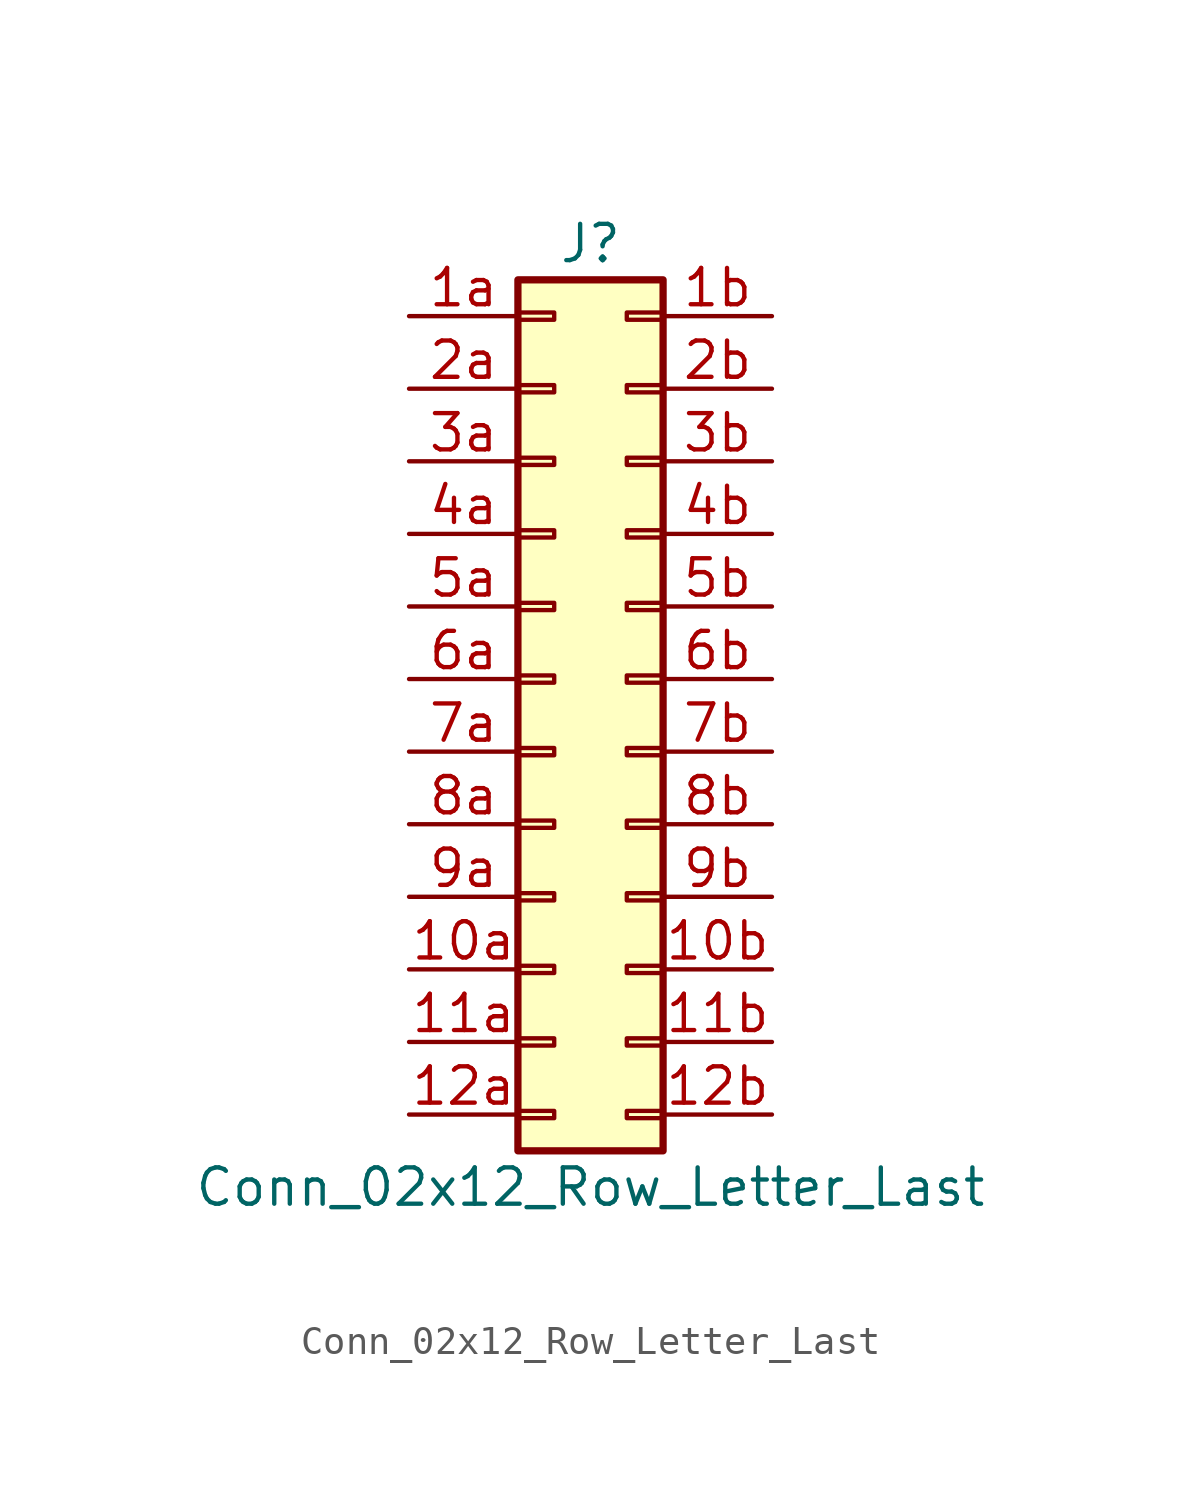
<source format=kicad_sym>
(kicad_symbol_lib
  (version 20220914)
  (generator kicad_symbol_editor)
  (symbol "Conn_02x12_Row_Letter_Last"
    (pin_names
      (offset 1.016) hide)
    (property "Reference" "J"
      (at 1.27 15.24 0)
      (effects (font (size 1.27 1.27))))
    (property "Value" "Conn_02x12_Row_Letter_Last"
      (at 1.27 -17.78 0)
      (effects (font (size 1.27 1.27))))
    (symbol "Conn_02x12_Row_Letter_Last_1_1"
      (rectangle (start -1.27 -15.113) (end 0 -15.367) (stroke (width 0.152) (type default)) (fill (type none)))
      (rectangle (start -1.27 -12.573) (end 0 -12.827) (stroke (width 0.152) (type default)) (fill (type none)))
      (rectangle (start -1.27 -10.033) (end 0 -10.287) (stroke (width 0.152) (type default)) (fill (type none)))
      (rectangle (start -1.27 -7.493) (end 0 -7.747) (stroke (width 0.152) (type default)) (fill (type none)))
      (rectangle (start -1.27 -4.953) (end 0 -5.207) (stroke (width 0.152) (type default)) (fill (type none)))
      (rectangle (start -1.27 -2.413) (end 0 -2.667) (stroke (width 0.152) (type default)) (fill (type none)))
      (rectangle (start -1.27 0.127) (end 0 -0.127) (stroke (width 0.152) (type default)) (fill (type none)))
      (rectangle (start -1.27 2.667) (end 0 2.413) (stroke (width 0.152) (type default)) (fill (type none)))
      (rectangle (start -1.27 5.207) (end 0 4.953) (stroke (width 0.152) (type default)) (fill (type none)))
      (rectangle (start -1.27 7.747) (end 0 7.493) (stroke (width 0.152) (type default)) (fill (type none)))
      (rectangle (start -1.27 10.287) (end 0 10.033) (stroke (width 0.152) (type default)) (fill (type none)))
      (rectangle (start -1.27 12.827) (end 0 12.573) (stroke (width 0.152) (type default)) (fill (type none)))
      (rectangle (start -1.27 13.97) (end 3.81 -16.51) (stroke (width 0.254) (type default)) (fill (type background)))
      (rectangle (start 3.81 -15.113) (end 2.54 -15.367) (stroke (width 0.152) (type default)) (fill (type none)))
      (rectangle (start 3.81 -12.573) (end 2.54 -12.827) (stroke (width 0.152) (type default)) (fill (type none)))
      (rectangle (start 3.81 -10.033) (end 2.54 -10.287) (stroke (width 0.152) (type default)) (fill (type none)))
      (rectangle (start 3.81 -7.493) (end 2.54 -7.747) (stroke (width 0.152) (type default)) (fill (type none)))
      (rectangle (start 3.81 -4.953) (end 2.54 -5.207) (stroke (width 0.152) (type default)) (fill (type none)))
      (rectangle (start 3.81 -2.413) (end 2.54 -2.667) (stroke (width 0.152) (type default)) (fill (type none)))
      (rectangle (start 3.81 0.127) (end 2.54 -0.127) (stroke (width 0.152) (type default)) (fill (type none)))
      (rectangle (start 3.81 2.667) (end 2.54 2.413) (stroke (width 0.152) (type default)) (fill (type none)))
      (rectangle (start 3.81 5.207) (end 2.54 4.953) (stroke (width 0.152) (type default)) (fill (type none)))
      (rectangle (start 3.81 7.747) (end 2.54 7.493) (stroke (width 0.152) (type default)) (fill (type none)))
      (rectangle (start 3.81 10.287) (end 2.54 10.033) (stroke (width 0.152) (type default)) (fill (type none)))
      (rectangle (start 3.81 12.827) (end 2.54 12.573) (stroke (width 0.152) (type default)) (fill (type none)))
      (pin passive line (at -5.08 -10.16 0) (length 3.81) (name "Pin_10a" (effects (font (size 1.27 1.27)))) (number "10a" (effects (font (size 1.27 1.27)))))
      (pin passive line (at 7.62 -10.16 180) (length 3.81) (name "Pin_10b" (effects (font (size 1.27 1.27)))) (number "10b" (effects (font (size 1.27 1.27)))))
      (pin passive line (at -5.08 -12.7 0) (length 3.81) (name "Pin_11a" (effects (font (size 1.27 1.27)))) (number "11a" (effects (font (size 1.27 1.27)))))
      (pin passive line (at 7.62 -12.7 180) (length 3.81) (name "Pin_11b" (effects (font (size 1.27 1.27)))) (number "11b" (effects (font (size 1.27 1.27)))))
      (pin passive line (at -5.08 -15.24 0) (length 3.81) (name "Pin_12a" (effects (font (size 1.27 1.27)))) (number "12a" (effects (font (size 1.27 1.27)))))
      (pin passive line (at 7.62 -15.24 180) (length 3.81) (name "Pin_12b" (effects (font (size 1.27 1.27)))) (number "12b" (effects (font (size 1.27 1.27)))))
      (pin passive line (at -5.08 12.7 0) (length 3.81) (name "Pin_1a" (effects (font (size 1.27 1.27)))) (number "1a" (effects (font (size 1.27 1.27)))))
      (pin passive line (at 7.62 12.7 180) (length 3.81) (name "Pin_1b" (effects (font (size 1.27 1.27)))) (number "1b" (effects (font (size 1.27 1.27)))))
      (pin passive line (at -5.08 10.16 0) (length 3.81) (name "Pin_2a" (effects (font (size 1.27 1.27)))) (number "2a" (effects (font (size 1.27 1.27)))))
      (pin passive line (at 7.62 10.16 180) (length 3.81) (name "Pin_2b" (effects (font (size 1.27 1.27)))) (number "2b" (effects (font (size 1.27 1.27)))))
      (pin passive line (at -5.08 7.62 0) (length 3.81) (name "Pin_3a" (effects (font (size 1.27 1.27)))) (number "3a" (effects (font (size 1.27 1.27)))))
      (pin passive line (at 7.62 7.62 180) (length 3.81) (name "Pin_3b" (effects (font (size 1.27 1.27)))) (number "3b" (effects (font (size 1.27 1.27)))))
      (pin passive line (at -5.08 5.08 0) (length 3.81) (name "Pin_4a" (effects (font (size 1.27 1.27)))) (number "4a" (effects (font (size 1.27 1.27)))))
      (pin passive line (at 7.62 5.08 180) (length 3.81) (name "Pin_4b" (effects (font (size 1.27 1.27)))) (number "4b" (effects (font (size 1.27 1.27)))))
      (pin passive line (at -5.08 2.54 0) (length 3.81) (name "Pin_5a" (effects (font (size 1.27 1.27)))) (number "5a" (effects (font (size 1.27 1.27)))))
      (pin passive line (at 7.62 2.54 180) (length 3.81) (name "Pin_5b" (effects (font (size 1.27 1.27)))) (number "5b" (effects (font (size 1.27 1.27)))))
      (pin passive line (at -5.08 0 0) (length 3.81) (name "Pin_6a" (effects (font (size 1.27 1.27)))) (number "6a" (effects (font (size 1.27 1.27)))))
      (pin passive line (at 7.62 0 180) (length 3.81) (name "Pin_6b" (effects (font (size 1.27 1.27)))) (number "6b" (effects (font (size 1.27 1.27)))))
      (pin passive line (at -5.08 -2.54 0) (length 3.81) (name "Pin_7a" (effects (font (size 1.27 1.27)))) (number "7a" (effects (font (size 1.27 1.27)))))
      (pin passive line (at 7.62 -2.54 180) (length 3.81) (name "Pin_7b" (effects (font (size 1.27 1.27)))) (number "7b" (effects (font (size 1.27 1.27)))))
      (pin passive line (at -5.08 -5.08 0) (length 3.81) (name "Pin_8a" (effects (font (size 1.27 1.27)))) (number "8a" (effects (font (size 1.27 1.27)))))
      (pin passive line (at 7.62 -5.08 180) (length 3.81) (name "Pin_8b" (effects (font (size 1.27 1.27)))) (number "8b" (effects (font (size 1.27 1.27)))))
      (pin passive line (at -5.08 -7.62 0) (length 3.81) (name "Pin_9a" (effects (font (size 1.27 1.27)))) (number "9a" (effects (font (size 1.27 1.27)))))
      (pin passive line (at 7.62 -7.62 180) (length 3.81) (name "Pin_9b" (effects (font (size 1.27 1.27)))) (number "9b" (effects (font (size 1.27 1.27))))))))
</source>
